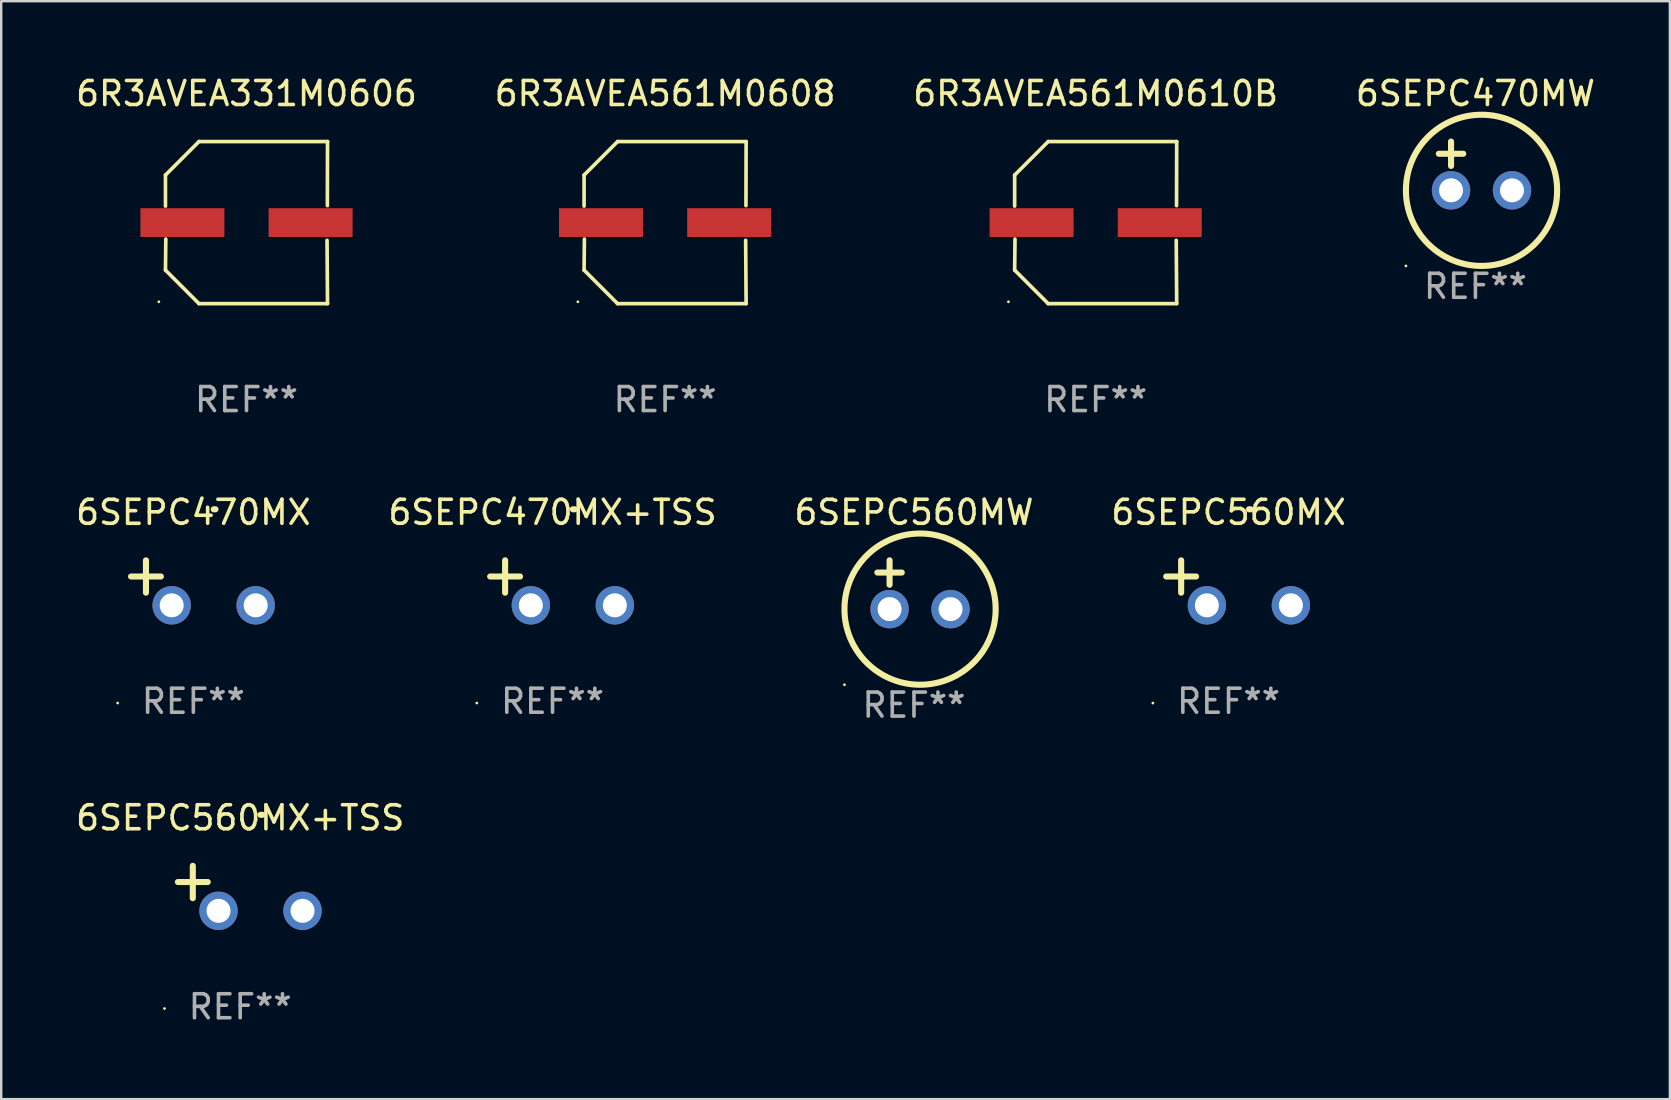
<source format=kicad_pcb>
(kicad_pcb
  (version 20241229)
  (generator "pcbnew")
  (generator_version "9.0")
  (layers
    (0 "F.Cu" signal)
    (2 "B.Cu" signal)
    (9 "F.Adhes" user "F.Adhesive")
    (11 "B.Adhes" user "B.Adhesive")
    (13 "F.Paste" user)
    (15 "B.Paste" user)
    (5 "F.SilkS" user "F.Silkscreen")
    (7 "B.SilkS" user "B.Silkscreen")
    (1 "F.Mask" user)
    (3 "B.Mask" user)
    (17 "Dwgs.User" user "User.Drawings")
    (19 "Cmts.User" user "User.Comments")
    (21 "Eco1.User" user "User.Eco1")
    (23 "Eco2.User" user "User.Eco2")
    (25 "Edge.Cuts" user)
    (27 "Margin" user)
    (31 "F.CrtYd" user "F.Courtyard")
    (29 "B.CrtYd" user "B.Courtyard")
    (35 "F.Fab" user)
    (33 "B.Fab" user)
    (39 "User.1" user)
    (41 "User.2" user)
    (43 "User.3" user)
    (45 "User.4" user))
  (footprint "6SEPC470MX"
    (layer "F.Cu")
    (at 5.006 21.233)
    (property "Reference" "6SEPC470MX" (at 0 -2.937 0) (layer "F.SilkS") (effects (font (size 1 1) (thickness 0.15))))
    (attr through_hole)
    (fp_line (start -1.975 0.41) (end -1.975 -0.937) (stroke (width 0.254) (type solid)) (layer "F.SilkS"))
    (fp_line (start -1.353 -0.263) (end -2.597 -0.263) (stroke (width 0.254) (type solid)) (layer "F.SilkS"))
    (fp_arc (start 0.849809 -3.063957) (mid 0.885369 -3.064114) (end 0.920929 -3.063957) (stroke (width 0.254001) (type solid)) (layer "F.SilkS"))
    (fp_circle (center -3.154 5.008) (end -3.124 5.008) (stroke (width 0.06) (type solid)) (fill no) (layer "F.SilkS"))
    (fp_text user "REF**" (at 0 4.937 0) (layer "F.Fab") (effects (font (size 1 1) (thickness 0.15))))
    (pad "1" thru_hole circle (at -0.903 0.937) (size 1.6 1.6) (drill 1) (layers "*.Cu" "*.Mask"))
    (pad "2" thru_hole circle (at 2.597 0.937) (size 1.6 1.6) (drill 1) (layers "*.Cu" "*.Mask")))
  (footprint "6R3AVEA331M0606"
    (layer "F.Cu")
    (at 7.22 6.224)
    (property "Reference" "6R3AVEA331M0606" (at 0 -5.376 0) (layer "F.SilkS") (effects (font (size 1 1) (thickness 0.15))))
    (attr through_hole)
    (fp_line (start -3.376 -1.98) (end -3.376 -0.686) (stroke (width 0.152) (type solid)) (layer "F.SilkS"))
    (fp_line (start -3.376 1.981) (end -3.362 0.686) (stroke (width 0.152) (type solid)) (layer "F.SilkS"))
    (fp_line (start -1.981 3.376) (end -3.376 1.981) (stroke (width 0.152) (type solid)) (layer "F.SilkS"))
    (fp_line (start -1.98 -3.376) (end -3.376 -1.98) (stroke (width 0.152) (type solid)) (layer "F.SilkS"))
    (fp_line (start 3.356 0.74) (end 3.376 3.376) (stroke (width 0.152) (type solid)) (layer "F.SilkS"))
    (fp_line (start 3.369 -0.707) (end 3.376 -3.376) (stroke (width 0.152) (type solid)) (layer "F.SilkS"))
    (fp_line (start 3.376 3.376) (end -1.981 3.376) (stroke (width 0.152) (type solid)) (layer "F.SilkS"))
    (fp_line (start 3.376 -3.376) (end -1.98 -3.376) (stroke (width 0.152) (type solid)) (layer "F.SilkS"))
    (fp_circle (center -3.652 3.3) (end -3.622 3.3) (stroke (width 0.06) (type solid)) (fill no) (layer "F.SilkS"))
    (fp_text user "REF**" (at 0 7.376 0) (layer "F.Fab") (effects (font (size 1 1) (thickness 0.15))))
    (pad "1" smd rect (at -2.67 0.000229) (size 3.5 1.2) (layers "F.Cu" "F.Mask" "F.Paste"))
    (pad "2" smd rect (at 2.67 0.000229) (size 3.5 1.2) (layers "F.Cu" "F.Mask" "F.Paste")))
  (footprint "6SEPC470MW"
    (layer "F.Cu")
    (at 58.423 3.864)
    (property "Reference" "6SEPC470MW" (at 0 -3.016 0) (layer "F.SilkS") (effects (font (size 1 1) (thickness 0.15))))
    (attr through_hole)
    (fp_line (start -1.524 -0.508) (end -0.508 -0.508) (stroke (width 0.254) (type solid)) (layer "F.SilkS"))
    (fp_line (start -1.016 -1.016) (end -1.016 0) (stroke (width 0.254) (type solid)) (layer "F.SilkS"))
    (fp_circle (center -2.896 4.166) (end -2.866 4.166) (stroke (width 0.06) (type solid)) (fill no) (layer "F.SilkS"))
    (fp_circle (center 0.254 1.016) (end 3.404 1.016) (stroke (width 0.254) (type solid)) (fill no) (layer "F.SilkS"))
    (fp_text user "REF**" (at 0 5.016 0) (layer "F.Fab") (effects (font (size 1 1) (thickness 0.15))))
    (pad "1" thru_hole circle (at -1.016 1.016) (size 1.6 1.6) (drill 1) (layers "*.Cu" "*.Mask"))
    (pad "2" thru_hole circle (at 1.524 1.016) (size 1.6 1.6) (drill 1) (layers "*.Cu" "*.Mask")))
  (footprint "6SEPC560MX"
    (layer "F.Cu")
    (at 48.137 21.233)
    (property "Reference" "6SEPC560MX" (at 0 -2.937 0) (layer "F.SilkS") (effects (font (size 1 1) (thickness 0.15))))
    (attr through_hole)
    (fp_line (start -1.975 0.41) (end -1.975 -0.937) (stroke (width 0.254) (type solid)) (layer "F.SilkS"))
    (fp_line (start -1.353 -0.263) (end -2.597 -0.263) (stroke (width 0.254) (type solid)) (layer "F.SilkS"))
    (fp_arc (start 0.849809 -3.063957) (mid 0.885369 -3.064114) (end 0.920929 -3.063957) (stroke (width 0.254001) (type solid)) (layer "F.SilkS"))
    (fp_circle (center -3.154 5.008) (end -3.124 5.008) (stroke (width 0.06) (type solid)) (fill no) (layer "F.SilkS"))
    (fp_text user "REF**" (at 0 4.937 0) (layer "F.Fab") (effects (font (size 1 1) (thickness 0.15))))
    (pad "1" thru_hole circle (at -0.903 0.937) (size 1.6 1.6) (drill 1) (layers "*.Cu" "*.Mask"))
    (pad "2" thru_hole circle (at 2.597 0.937) (size 1.6 1.6) (drill 1) (layers "*.Cu" "*.Mask")))
  (footprint "6SEPC560MW"
    (layer "F.Cu")
    (at 35.03 21.313)
    (property "Reference" "6SEPC560MW" (at 0 -3.016 0) (layer "F.SilkS") (effects (font (size 1 1) (thickness 0.15))))
    (attr through_hole)
    (fp_line (start -1.524 -0.508) (end -0.508 -0.508) (stroke (width 0.254) (type solid)) (layer "F.SilkS"))
    (fp_line (start -1.016 -1.016) (end -1.016 0) (stroke (width 0.254) (type solid)) (layer "F.SilkS"))
    (fp_circle (center -2.896 4.166) (end -2.866 4.166) (stroke (width 0.06) (type solid)) (fill no) (layer "F.SilkS"))
    (fp_circle (center 0.254 1.016) (end 3.404 1.016) (stroke (width 0.254) (type solid)) (fill no) (layer "F.SilkS"))
    (fp_text user "REF**" (at 0 5.016 0) (layer "F.Fab") (effects (font (size 1 1) (thickness 0.15))))
    (pad "1" thru_hole circle (at -1.016 1.016) (size 1.6 1.6) (drill 1) (layers "*.Cu" "*.Mask"))
    (pad "2" thru_hole circle (at 1.524 1.016) (size 1.6 1.6) (drill 1) (layers "*.Cu" "*.Mask")))
  (footprint "6R3AVEA561M0608"
    (layer "F.Cu")
    (at 24.661 6.224)
    (property "Reference" "6R3AVEA561M0608" (at 0 -5.376 0) (layer "F.SilkS") (effects (font (size 1 1) (thickness 0.15))))
    (attr through_hole)
    (fp_line (start -3.376 -1.98) (end -3.376 -0.686) (stroke (width 0.152) (type solid)) (layer "F.SilkS"))
    (fp_line (start -3.376 1.981) (end -3.362 0.686) (stroke (width 0.152) (type solid)) (layer "F.SilkS"))
    (fp_line (start -1.981 3.376) (end -3.376 1.981) (stroke (width 0.152) (type solid)) (layer "F.SilkS"))
    (fp_line (start -1.98 -3.376) (end -3.376 -1.98) (stroke (width 0.152) (type solid)) (layer "F.SilkS"))
    (fp_line (start 3.356 0.74) (end 3.376 3.376) (stroke (width 0.152) (type solid)) (layer "F.SilkS"))
    (fp_line (start 3.369 -0.707) (end 3.376 -3.376) (stroke (width 0.152) (type solid)) (layer "F.SilkS"))
    (fp_line (start 3.376 3.376) (end -1.981 3.376) (stroke (width 0.152) (type solid)) (layer "F.SilkS"))
    (fp_line (start 3.376 -3.376) (end -1.98 -3.376) (stroke (width 0.152) (type solid)) (layer "F.SilkS"))
    (fp_circle (center -3.634 3.3) (end -3.604 3.3) (stroke (width 0.06) (type solid)) (fill no) (layer "F.SilkS"))
    (fp_text user "REF**" (at 0 7.376 0) (layer "F.Fab") (effects (font (size 1 1) (thickness 0.15))))
    (pad "1" smd rect (at -2.67 0.000254) (size 3.5 1.2) (layers "F.Cu" "F.Mask" "F.Paste"))
    (pad "2" smd rect (at 2.67 0.000254) (size 3.5 1.2) (layers "F.Cu" "F.Mask" "F.Paste")))
  (footprint "6R3AVEA561M0610B"
    (layer "F.Cu")
    (at 42.601 6.224)
    (property "Reference" "6R3AVEA561M0610B" (at 0 -5.376 0) (layer "F.SilkS") (effects (font (size 1 1) (thickness 0.15))))
    (attr through_hole)
    (fp_line (start -3.376 -1.98) (end -3.376 -0.686) (stroke (width 0.152) (type solid)) (layer "F.SilkS"))
    (fp_line (start -3.376 1.981) (end -3.362 0.686) (stroke (width 0.152) (type solid)) (layer "F.SilkS"))
    (fp_line (start -1.981 3.376) (end -3.376 1.981) (stroke (width 0.152) (type solid)) (layer "F.SilkS"))
    (fp_line (start -1.98 -3.376) (end -3.376 -1.98) (stroke (width 0.152) (type solid)) (layer "F.SilkS"))
    (fp_line (start 3.356 0.74) (end 3.376 3.376) (stroke (width 0.152) (type solid)) (layer "F.SilkS"))
    (fp_line (start 3.369 -0.707) (end 3.376 -3.376) (stroke (width 0.152) (type solid)) (layer "F.SilkS"))
    (fp_line (start 3.376 3.376) (end -1.981 3.376) (stroke (width 0.152) (type solid)) (layer "F.SilkS"))
    (fp_line (start 3.376 -3.376) (end -1.98 -3.376) (stroke (width 0.152) (type solid)) (layer "F.SilkS"))
    (fp_circle (center -3.634 3.3) (end -3.604 3.3) (stroke (width 0.06) (type solid)) (fill no) (layer "F.SilkS"))
    (fp_text user "REF**" (at 0 7.376 0) (layer "F.Fab") (effects (font (size 1 1) (thickness 0.15))))
    (pad "1" smd rect (at -2.67 0.000254) (size 3.5 1.2) (layers "F.Cu" "F.Mask" "F.Paste"))
    (pad "2" smd rect (at 2.67 0.000254) (size 3.5 1.2) (layers "F.Cu" "F.Mask" "F.Paste")))
  (footprint "6SEPC560MX+TSS"
    (layer "F.Cu")
    (at 6.958 33.962)
    (property "Reference" "6SEPC560MX+TSS" (at 0 -2.937 0) (layer "F.SilkS") (effects (font (size 1 1) (thickness 0.15))))
    (attr through_hole)
    (fp_line (start -1.975 0.41) (end -1.975 -0.937) (stroke (width 0.254) (type solid)) (layer "F.SilkS"))
    (fp_line (start -1.353 -0.263) (end -2.597 -0.263) (stroke (width 0.254) (type solid)) (layer "F.SilkS"))
    (fp_arc (start 0.849809 -3.063957) (mid 0.885369 -3.064114) (end 0.920929 -3.063957) (stroke (width 0.254001) (type solid)) (layer "F.SilkS"))
    (fp_circle (center -3.154 5.008) (end -3.124 5.008) (stroke (width 0.06) (type solid)) (fill no) (layer "F.SilkS"))
    (fp_text user "REF**" (at 0 4.937 0) (layer "F.Fab") (effects (font (size 1 1) (thickness 0.15))))
    (pad "1" thru_hole circle (at -0.903 0.937) (size 1.6 1.6) (drill 1) (layers "*.Cu" "*.Mask"))
    (pad "2" thru_hole circle (at 2.597 0.937) (size 1.6 1.6) (drill 1) (layers "*.Cu" "*.Mask")))
  (footprint "6SEPC470MX+TSS"
    (layer "F.Cu")
    (at 19.97 21.233)
    (property "Reference" "6SEPC470MX+TSS" (at 0 -2.937 0) (layer "F.SilkS") (effects (font (size 1 1) (thickness 0.15))))
    (attr through_hole)
    (fp_line (start -1.975 0.41) (end -1.975 -0.937) (stroke (width 0.254) (type solid)) (layer "F.SilkS"))
    (fp_line (start -1.353 -0.263) (end -2.597 -0.263) (stroke (width 0.254) (type solid)) (layer "F.SilkS"))
    (fp_arc (start 0.849809 -3.063957) (mid 0.885369 -3.064114) (end 0.920929 -3.063957) (stroke (width 0.254001) (type solid)) (layer "F.SilkS"))
    (fp_circle (center -3.154 5.008) (end -3.124 5.008) (stroke (width 0.06) (type solid)) (fill no) (layer "F.SilkS"))
    (fp_text user "REF**" (at 0 4.937 0) (layer "F.Fab") (effects (font (size 1 1) (thickness 0.15))))
    (pad "1" thru_hole circle (at -0.903 0.937) (size 1.6 1.6) (drill 1) (layers "*.Cu" "*.Mask"))
    (pad "2" thru_hole circle (at 2.597 0.937) (size 1.6 1.6) (drill 1) (layers "*.Cu" "*.Mask")))
  (gr_rect
    (start -3 -3)
    (end 66.524 42.746)
    (stroke (width 0.1) (type default))
    (fill no)
    (layer "Edge.Cuts")))
</source>
